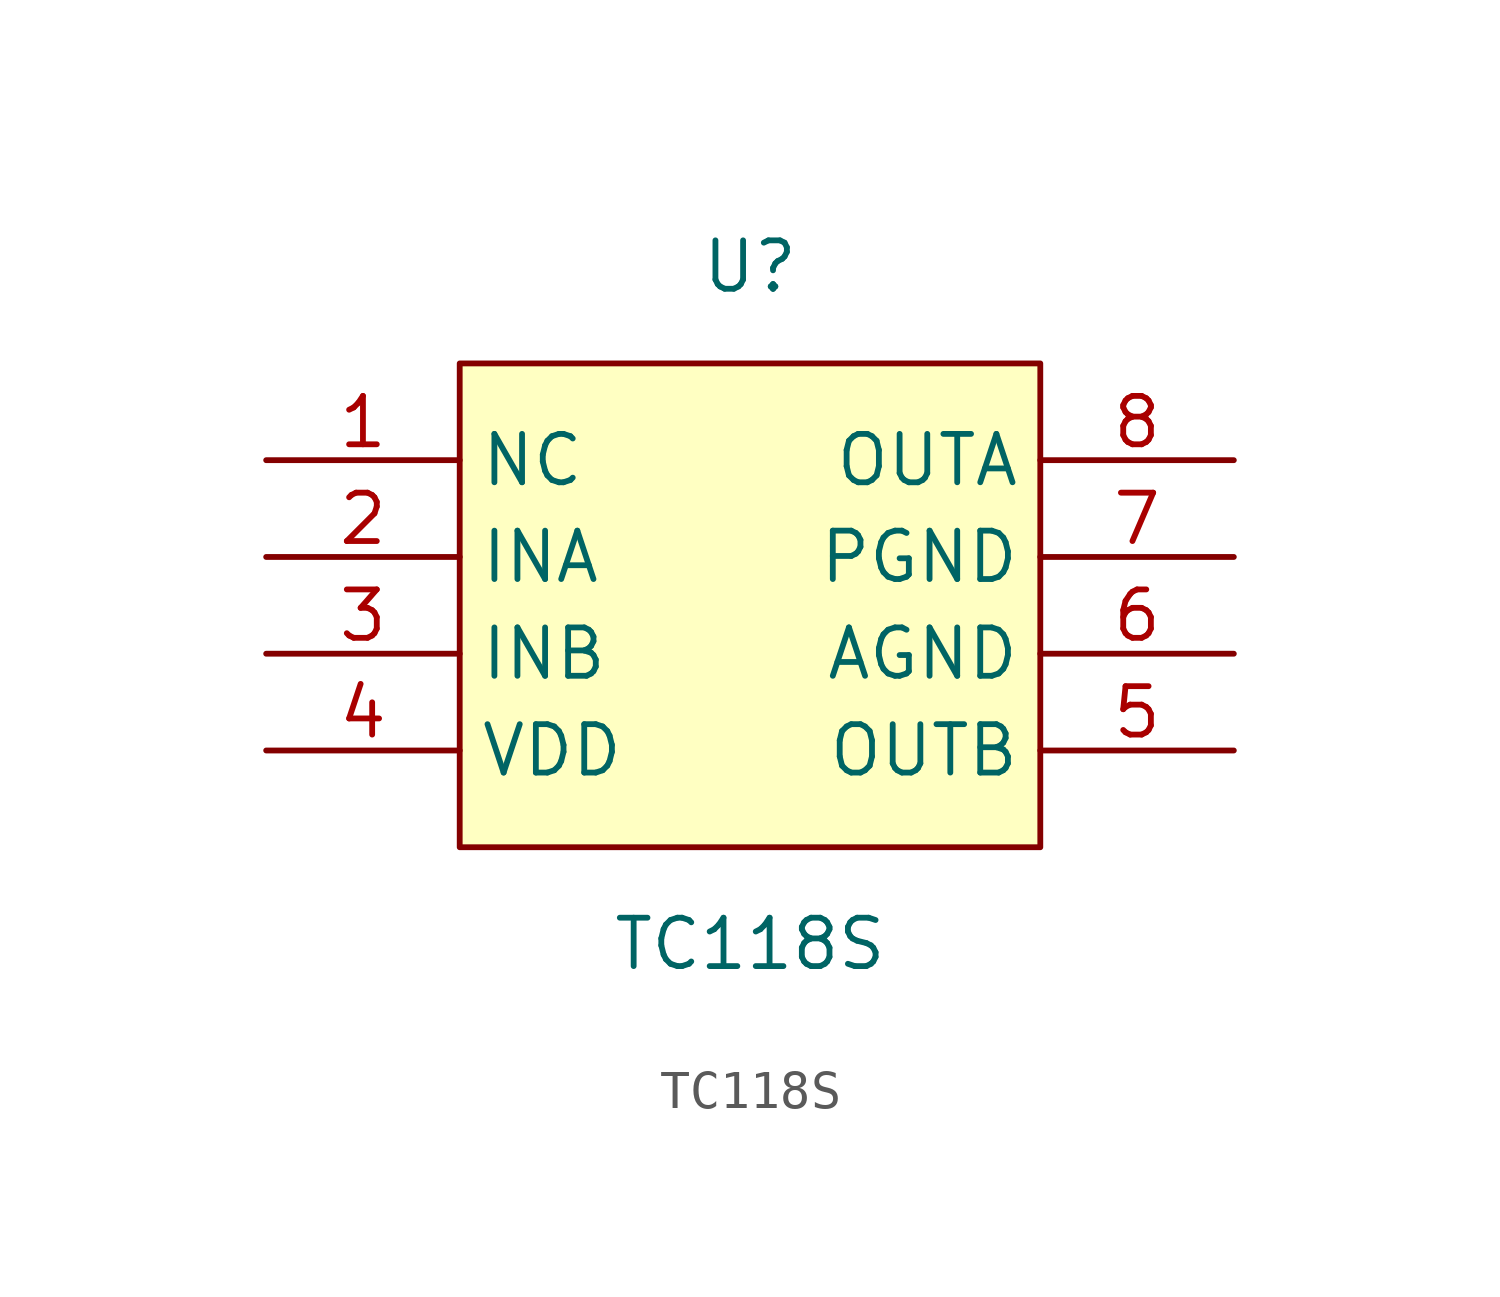
<source format=kicad_sym>
(kicad_symbol_lib
  (version 1)
  (generator "faebryk")
  (symbol "TC118S"
    (property "Reference" "U"
      (at 0 8.89 0)
      (effects (font (size 1.27 1.27)) (hide no)))
    (property "Value" "TC118S"
      (at 0 -8.89 0)
      (effects (font (size 1.27 1.27)) (hide no)))
    (symbol "TC118S_0_1"
      (rectangle (start -7.62 6.35) (end 7.62 -6.35) (stroke (width 0) (type default) (color 0 0 0 0)) (fill (type background)))
      (pin unspecified line (at -12.7 3.81 0) (length 5.08) (name "NC" (effects (font (size 1.27 1.27)) (hide no))) (number "1" (effects (font (size 1.27 1.27)) (hide no))))
      (pin unspecified line (at -12.7 1.27 0) (length 5.08) (name "INA" (effects (font (size 1.27 1.27)) (hide no))) (number "2" (effects (font (size 1.27 1.27)) (hide no))))
      (pin unspecified line (at -12.7 -1.27 0) (length 5.08) (name "INB" (effects (font (size 1.27 1.27)) (hide no))) (number "3" (effects (font (size 1.27 1.27)) (hide no))))
      (pin unspecified line (at -12.7 -3.81 0) (length 5.08) (name "VDD" (effects (font (size 1.27 1.27)) (hide no))) (number "4" (effects (font (size 1.27 1.27)) (hide no))))
      (pin unspecified line (at 12.7 -3.81 180) (length 5.08) (name "OUTB" (effects (font (size 1.27 1.27)) (hide no))) (number "5" (effects (font (size 1.27 1.27)) (hide no))))
      (pin unspecified line (at 12.7 -1.27 180) (length 5.08) (name "AGND" (effects (font (size 1.27 1.27)) (hide no))) (number "6" (effects (font (size 1.27 1.27)) (hide no))))
      (pin unspecified line (at 12.7 1.27 180) (length 5.08) (name "PGND" (effects (font (size 1.27 1.27)) (hide no))) (number "7" (effects (font (size 1.27 1.27)) (hide no))))
      (pin unspecified line (at 12.7 3.81 180) (length 5.08) (name "OUTA" (effects (font (size 1.27 1.27)) (hide no))) (number "8" (effects (font (size 1.27 1.27)) (hide no)))))))
</source>
